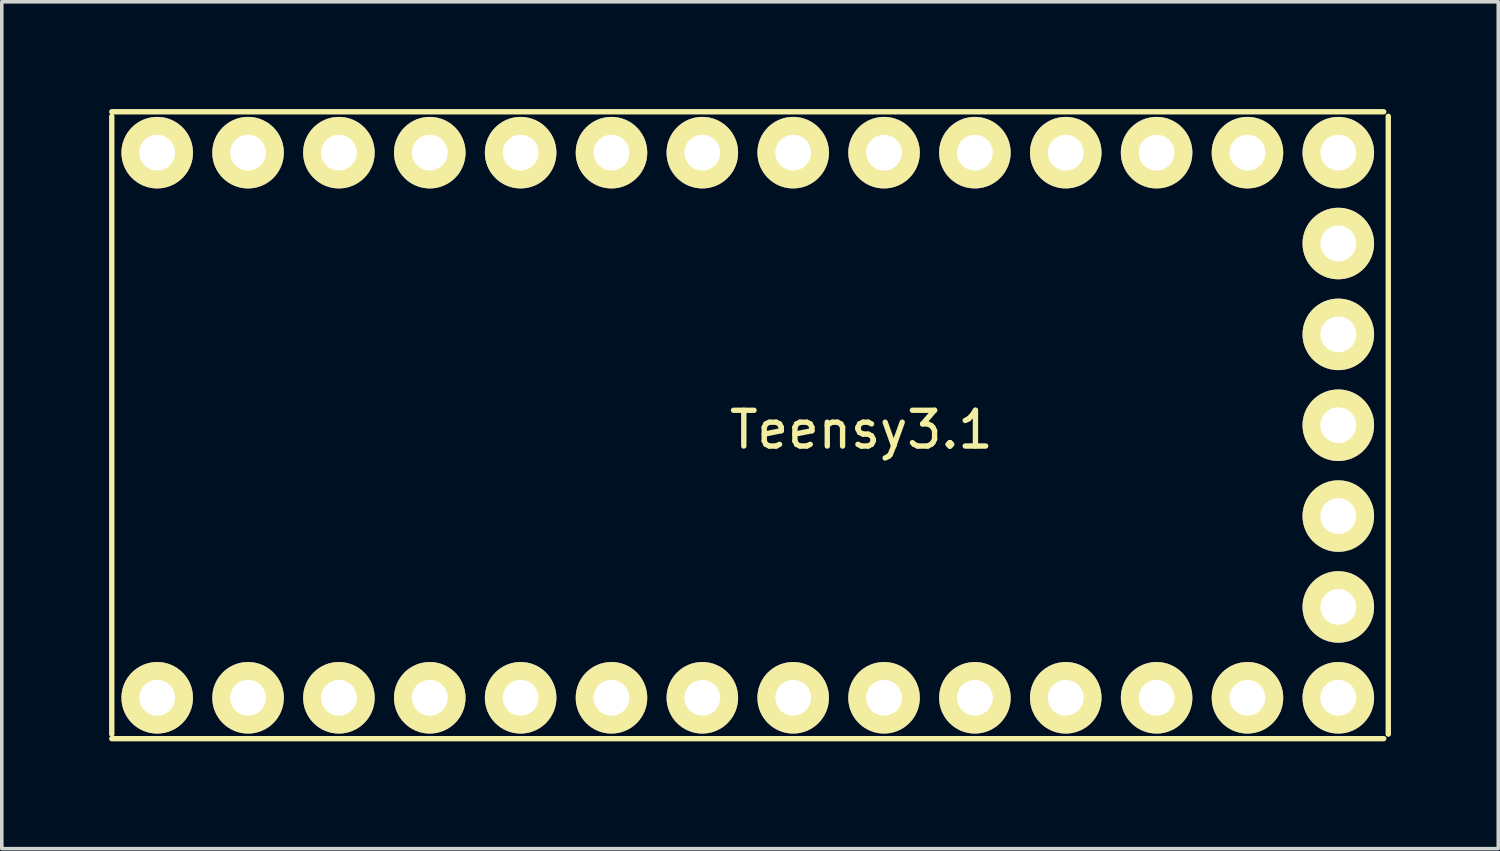
<source format=kicad_pcb>
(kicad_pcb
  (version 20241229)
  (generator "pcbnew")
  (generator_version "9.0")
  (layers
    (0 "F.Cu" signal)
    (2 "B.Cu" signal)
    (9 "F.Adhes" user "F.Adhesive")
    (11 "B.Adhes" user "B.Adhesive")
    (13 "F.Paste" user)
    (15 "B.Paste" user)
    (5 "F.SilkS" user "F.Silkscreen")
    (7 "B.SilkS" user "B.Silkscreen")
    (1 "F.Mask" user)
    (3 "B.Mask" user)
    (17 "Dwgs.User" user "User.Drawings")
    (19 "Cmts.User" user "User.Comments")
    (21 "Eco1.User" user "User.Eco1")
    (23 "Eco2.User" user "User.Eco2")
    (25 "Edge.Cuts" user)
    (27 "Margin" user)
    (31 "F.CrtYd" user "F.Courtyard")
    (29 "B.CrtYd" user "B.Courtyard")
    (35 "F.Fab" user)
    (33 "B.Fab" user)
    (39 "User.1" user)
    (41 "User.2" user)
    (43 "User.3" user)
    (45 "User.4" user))
  (footprint "Teensy3.1"
    (layer "F.Cu")
    (at 6.425 16.458)
    (property "Reference" "Teensy3.1" (at 14.605 -7.493 0) (layer "F.SilkS") (effects (font (size 1 1) (thickness 0.15))))
    (attr through_hole)
    (fp_line (start -6.35 -16.256) (end -6.35 1.016) (stroke (width 0.15) (type solid)) (layer "F.SilkS"))
    (fp_line (start -6.35 1.143) (end 29.21 1.143) (stroke (width 0.15) (type solid)) (layer "F.SilkS"))
    (fp_line (start 29.21 -16.383) (end -6.35 -16.383) (stroke (width 0.15) (type solid)) (layer "F.SilkS"))
    (fp_line (start 29.337 1.016) (end 29.337 -16.256) (stroke (width 0.15) (type solid)) (layer "F.SilkS"))
    (pad "0" thru_hole circle (at -2.54 0) (size 2 2) (drill 1) (layers "*.Cu" "*.Mask" "F.SilkS"))
    (pad "1" thru_hole circle (at 0 0) (size 2 2) (drill 1) (layers "*.Cu" "*.Mask" "F.SilkS"))
    (pad "2" thru_hole circle (at 2.54 0) (size 2 2) (drill 1) (layers "*.Cu" "*.Mask" "F.SilkS"))
    (pad "3" thru_hole circle (at 5.08 0) (size 2 2) (drill 1) (layers "*.Cu" "*.Mask" "F.SilkS"))
    (pad "3.3V" thru_hole circle (at 0 -15.24) (size 2 2) (drill 1) (layers "*.Cu" "*.Mask" "F.SilkS"))
    (pad "3.3V" thru_hole circle (at 27.94 -5.08) (size 2 2) (drill 1) (layers "*.Cu" "*.Mask" "F.SilkS"))
    (pad "4" thru_hole circle (at 7.62 0) (size 2 2) (drill 1) (layers "*.Cu" "*.Mask" "F.SilkS"))
    (pad "5" thru_hole circle (at 10.16 0) (size 2 2) (drill 1) (layers "*.Cu" "*.Mask" "F.SilkS"))
    (pad "6" thru_hole circle (at 12.7 0) (size 2 2) (drill 1) (layers "*.Cu" "*.Mask" "F.SilkS"))
    (pad "7" thru_hole circle (at 15.24 0) (size 2 2) (drill 1) (layers "*.Cu" "*.Mask" "F.SilkS"))
    (pad "8" thru_hole circle (at 17.78 0) (size 2 2) (drill 1) (layers "*.Cu" "*.Mask" "F.SilkS"))
    (pad "9" thru_hole circle (at 20.32 0) (size 2 2) (drill 1) (layers "*.Cu" "*.Mask" "F.SilkS"))
    (pad "10" thru_hole circle (at 22.86 0) (size 2 2) (drill 1) (layers "*.Cu" "*.Mask" "F.SilkS"))
    (pad "11" thru_hole circle (at 25.4 0) (size 2 2) (drill 1) (layers "*.Cu" "*.Mask" "F.SilkS"))
    (pad "12" thru_hole circle (at 27.94 0) (size 2 2) (drill 1) (layers "*.Cu" "*.Mask" "F.SilkS"))
    (pad "13" thru_hole circle (at 27.94 -15.24) (size 2 2) (drill 1) (layers "*.Cu" "*.Mask" "F.SilkS"))
    (pad "14" thru_hole circle (at 25.4 -15.24) (size 2 2) (drill 1) (layers "*.Cu" "*.Mask" "F.SilkS"))
    (pad "15" thru_hole circle (at 22.86 -15.24) (size 2 2) (drill 1) (layers "*.Cu" "*.Mask" "F.SilkS"))
    (pad "16" thru_hole circle (at 20.32 -15.24) (size 2 2) (drill 1) (layers "*.Cu" "*.Mask" "F.SilkS"))
    (pad "17" thru_hole circle (at 17.78 -15.24) (size 2 2) (drill 1) (layers "*.Cu" "*.Mask" "F.SilkS"))
    (pad "18" thru_hole circle (at 15.24 -15.24) (size 2 2) (drill 1) (layers "*.Cu" "*.Mask" "F.SilkS"))
    (pad "19" thru_hole circle (at 12.7 -15.24) (size 2 2) (drill 1) (layers "*.Cu" "*.Mask" "F.SilkS"))
    (pad "20" thru_hole circle (at 10.16 -15.24) (size 2 2) (drill 1) (layers "*.Cu" "*.Mask" "F.SilkS"))
    (pad "21" thru_hole circle (at 7.62 -15.24) (size 2 2) (drill 1) (layers "*.Cu" "*.Mask" "F.SilkS"))
    (pad "22" thru_hole circle (at 5.08 -15.24) (size 2 2) (drill 1) (layers "*.Cu" "*.Mask" "F.SilkS"))
    (pad "23" thru_hole circle (at 2.54 -15.24) (size 2 2) (drill 1) (layers "*.Cu" "*.Mask" "F.SilkS"))
    (pad "A14/" thru_hole circle (at 27.94 -12.7) (size 2 2) (drill 1) (layers "*.Cu" "*.Mask" "F.SilkS"))
    (pad "AGND" thru_hole circle (at -2.54 -15.24) (size 2 2) (drill 1) (layers "*.Cu" "*.Mask" "F.SilkS"))
    (pad "GND" thru_hole circle (at -5.08 0) (size 2 2) (drill 1) (layers "*.Cu" "*.Mask" "F.SilkS"))
    (pad "GND" thru_hole circle (at 27.94 -7.62) (size 2 2) (drill 1) (layers "*.Cu" "*.Mask" "F.SilkS"))
    (pad "Prog" thru_hole circle (at 27.94 -10.16) (size 2 2) (drill 1) (layers "*.Cu" "*.Mask" "F.SilkS"))
    (pad "VBAT" thru_hole circle (at 27.94 -2.54) (size 2 2) (drill 1) (layers "*.Cu" "*.Mask" "F.SilkS"))
    (pad "VIN" thru_hole circle (at -5.08 -15.24) (size 2 2) (drill 1) (layers "*.Cu" "*.Mask" "F.SilkS")))
  (gr_rect
    (start -3 -3)
    (end 38.837 20.676)
    (stroke (width 0.1) (type default))
    (fill no)
    (layer "Edge.Cuts")))
</source>
